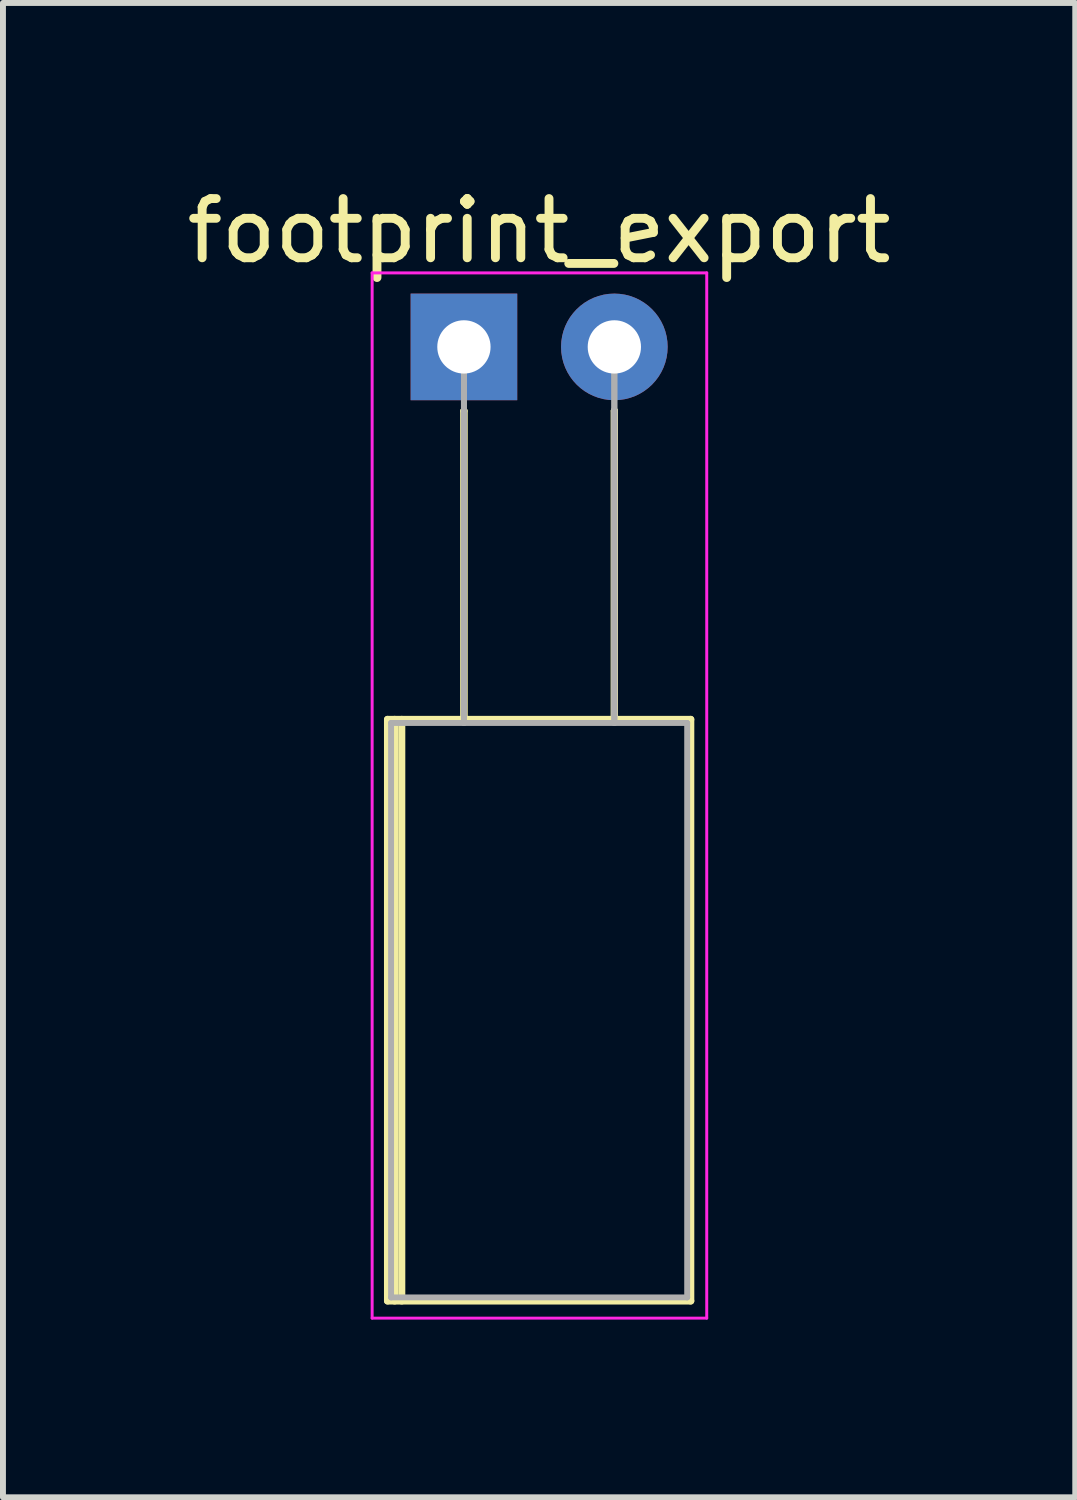
<source format=kicad_pcb>
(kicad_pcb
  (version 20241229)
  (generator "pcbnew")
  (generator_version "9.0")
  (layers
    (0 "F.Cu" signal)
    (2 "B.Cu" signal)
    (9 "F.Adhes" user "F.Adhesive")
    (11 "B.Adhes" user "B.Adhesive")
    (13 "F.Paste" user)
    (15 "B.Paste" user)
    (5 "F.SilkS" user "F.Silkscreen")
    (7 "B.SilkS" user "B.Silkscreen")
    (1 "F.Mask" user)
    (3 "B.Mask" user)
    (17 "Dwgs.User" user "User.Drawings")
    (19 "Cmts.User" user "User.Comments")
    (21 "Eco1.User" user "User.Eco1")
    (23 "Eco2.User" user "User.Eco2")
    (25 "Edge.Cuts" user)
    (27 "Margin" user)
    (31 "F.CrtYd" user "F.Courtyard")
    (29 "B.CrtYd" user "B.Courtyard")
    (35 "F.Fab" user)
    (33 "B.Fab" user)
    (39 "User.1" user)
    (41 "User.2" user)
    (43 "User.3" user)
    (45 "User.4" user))
  (footprint "footprint_export"
    (layer "F.Cu")
    (at 4.784 2.808)
    (property "Reference" "footprint_export" (at 1.27 -1.96 0) (layer "F.SilkS") (effects (font (size 1 1) (thickness 0.15))))
    (attr through_hole)
    (fp_line (start -1.29 6.29) (end -1.29 16.11) (stroke (width 0.12) (type solid)) (layer "F.SilkS"))
    (fp_line (start -1.29 16.11) (end 3.83 16.11) (stroke (width 0.12) (type solid)) (layer "F.SilkS"))
    (fp_line (start -1.17 6.29) (end -1.17 16.11) (stroke (width 0.12) (type solid)) (layer "F.SilkS"))
    (fp_line (start -1.05 6.29) (end -1.05 16.11) (stroke (width 0.12) (type solid)) (layer "F.SilkS"))
    (fp_line (start 0 1.08) (end 0 1.08) (stroke (width 0.12) (type solid)) (layer "F.SilkS"))
    (fp_line (start 0 1.08) (end 0 6.29) (stroke (width 0.12) (type solid)) (layer "F.SilkS"))
    (fp_line (start 0 6.29) (end 0 1.08) (stroke (width 0.12) (type solid)) (layer "F.SilkS"))
    (fp_line (start 0 6.29) (end 0 6.29) (stroke (width 0.12) (type solid)) (layer "F.SilkS"))
    (fp_line (start 2.54 1.08) (end 2.54 1.08) (stroke (width 0.12) (type solid)) (layer "F.SilkS"))
    (fp_line (start 2.54 1.08) (end 2.54 6.29) (stroke (width 0.12) (type solid)) (layer "F.SilkS"))
    (fp_line (start 2.54 6.29) (end 2.54 1.08) (stroke (width 0.12) (type solid)) (layer "F.SilkS"))
    (fp_line (start 2.54 6.29) (end 2.54 6.29) (stroke (width 0.12) (type solid)) (layer "F.SilkS"))
    (fp_line (start 3.83 6.29) (end -1.29 6.29) (stroke (width 0.12) (type solid)) (layer "F.SilkS"))
    (fp_line (start 3.83 16.11) (end 3.83 6.29) (stroke (width 0.12) (type solid)) (layer "F.SilkS"))
    (fp_line (start -1.55 -1.25) (end -1.55 16.4) (stroke (width 0.05) (type solid)) (layer "F.CrtYd"))
    (fp_line (start -1.55 16.4) (end 4.1 16.4) (stroke (width 0.05) (type solid)) (layer "F.CrtYd"))
    (fp_line (start 4.1 -1.25) (end -1.55 -1.25) (stroke (width 0.05) (type solid)) (layer "F.CrtYd"))
    (fp_line (start 4.1 16.4) (end 4.1 -1.25) (stroke (width 0.05) (type solid)) (layer "F.CrtYd"))
    (fp_line (start -1.23 6.35) (end -1.23 16.05) (stroke (width 0.1) (type solid)) (layer "F.Fab"))
    (fp_line (start -1.23 16.05) (end 3.77 16.05) (stroke (width 0.1) (type solid)) (layer "F.Fab"))
    (fp_line (start 0 0) (end 0 0) (stroke (width 0.1) (type solid)) (layer "F.Fab"))
    (fp_line (start 0 0) (end 0 6.35) (stroke (width 0.1) (type solid)) (layer "F.Fab"))
    (fp_line (start 0 6.35) (end 0 0) (stroke (width 0.1) (type solid)) (layer "F.Fab"))
    (fp_line (start 0 6.35) (end 0 6.35) (stroke (width 0.1) (type solid)) (layer "F.Fab"))
    (fp_line (start 2.54 0) (end 2.54 0) (stroke (width 0.1) (type solid)) (layer "F.Fab"))
    (fp_line (start 2.54 0) (end 2.54 6.35) (stroke (width 0.1) (type solid)) (layer "F.Fab"))
    (fp_line (start 2.54 6.35) (end 2.54 0) (stroke (width 0.1) (type solid)) (layer "F.Fab"))
    (fp_line (start 2.54 6.35) (end 2.54 6.35) (stroke (width 0.1) (type solid)) (layer "F.Fab"))
    (fp_line (start 3.77 6.35) (end -1.23 6.35) (stroke (width 0.1) (type solid)) (layer "F.Fab"))
    (fp_line (start 3.77 16.05) (end 3.77 6.35) (stroke (width 0.1) (type solid)) (layer "F.Fab"))
    (pad "1" thru_hole rect (at 0 0) (size 1.8 1.8) (drill 0.9) (layers "*.Cu" "*.Mask"))
    (pad "2" thru_hole circle (at 2.54 0) (size 1.8 1.8) (drill 0.9) (layers "*.Cu" "*.Mask")))
  (gr_rect
    (start -3 -3)
    (end 15.107 22.233)
    (stroke (width 0.1) (type default))
    (fill no)
    (layer "Edge.Cuts")))
</source>
